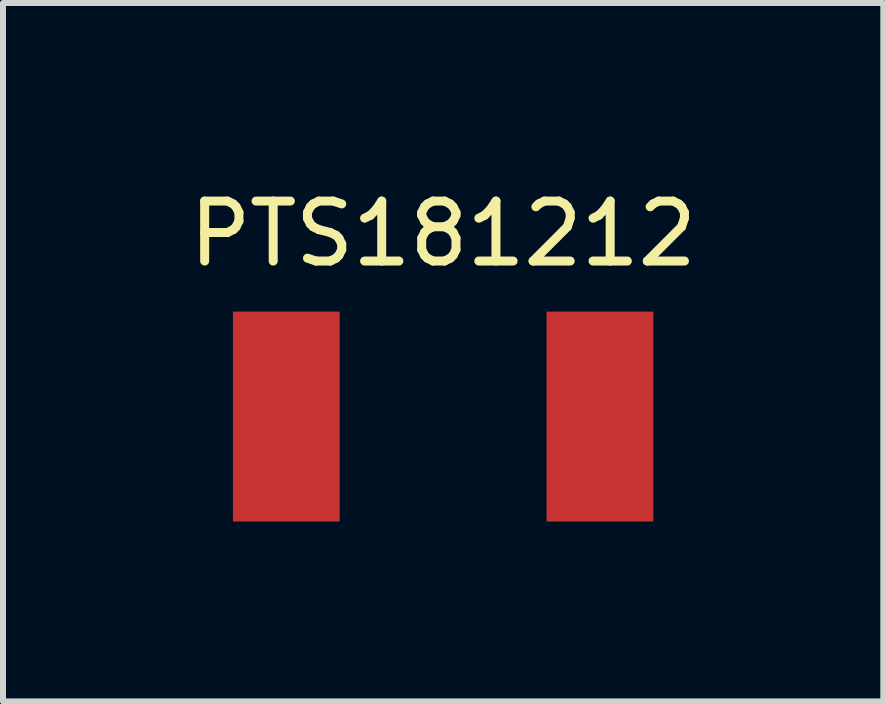
<source format=kicad_pcb>
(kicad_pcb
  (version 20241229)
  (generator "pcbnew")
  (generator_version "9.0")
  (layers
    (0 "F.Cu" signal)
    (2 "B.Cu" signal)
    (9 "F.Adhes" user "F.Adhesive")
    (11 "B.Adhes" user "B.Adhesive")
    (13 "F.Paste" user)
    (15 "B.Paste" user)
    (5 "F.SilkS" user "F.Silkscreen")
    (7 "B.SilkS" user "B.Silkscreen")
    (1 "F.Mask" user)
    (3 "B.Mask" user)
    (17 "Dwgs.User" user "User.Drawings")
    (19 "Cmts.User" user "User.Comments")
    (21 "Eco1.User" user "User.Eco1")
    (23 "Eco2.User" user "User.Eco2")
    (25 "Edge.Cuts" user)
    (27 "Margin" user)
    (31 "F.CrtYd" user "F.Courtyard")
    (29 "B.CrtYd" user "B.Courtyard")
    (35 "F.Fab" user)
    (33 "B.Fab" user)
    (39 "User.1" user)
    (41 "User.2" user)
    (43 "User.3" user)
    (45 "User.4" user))
  (footprint "PTS181212"
    (layer "F.Cu")
    (at 4.339 3.896)
    (property "Reference" "PTS181212" (at 0 -3.048 0) (layer "F.SilkS") (effects (font (size 1 1) (thickness 0.15))))
    (attr through_hole)
    (pad "1" smd rect (at 2.615 0) (size 1.78 3.5) (layers "F.Cu" "F.Mask" "F.Paste"))
    (pad "2" smd rect (at -2.615 0) (size 1.78 3.5) (layers "F.Cu" "F.Mask" "F.Paste")))
  (gr_rect
    (start -3 -3)
    (end 11.679 8.646)
    (stroke (width 0.1) (type default))
    (fill no)
    (layer "Edge.Cuts")))
</source>
